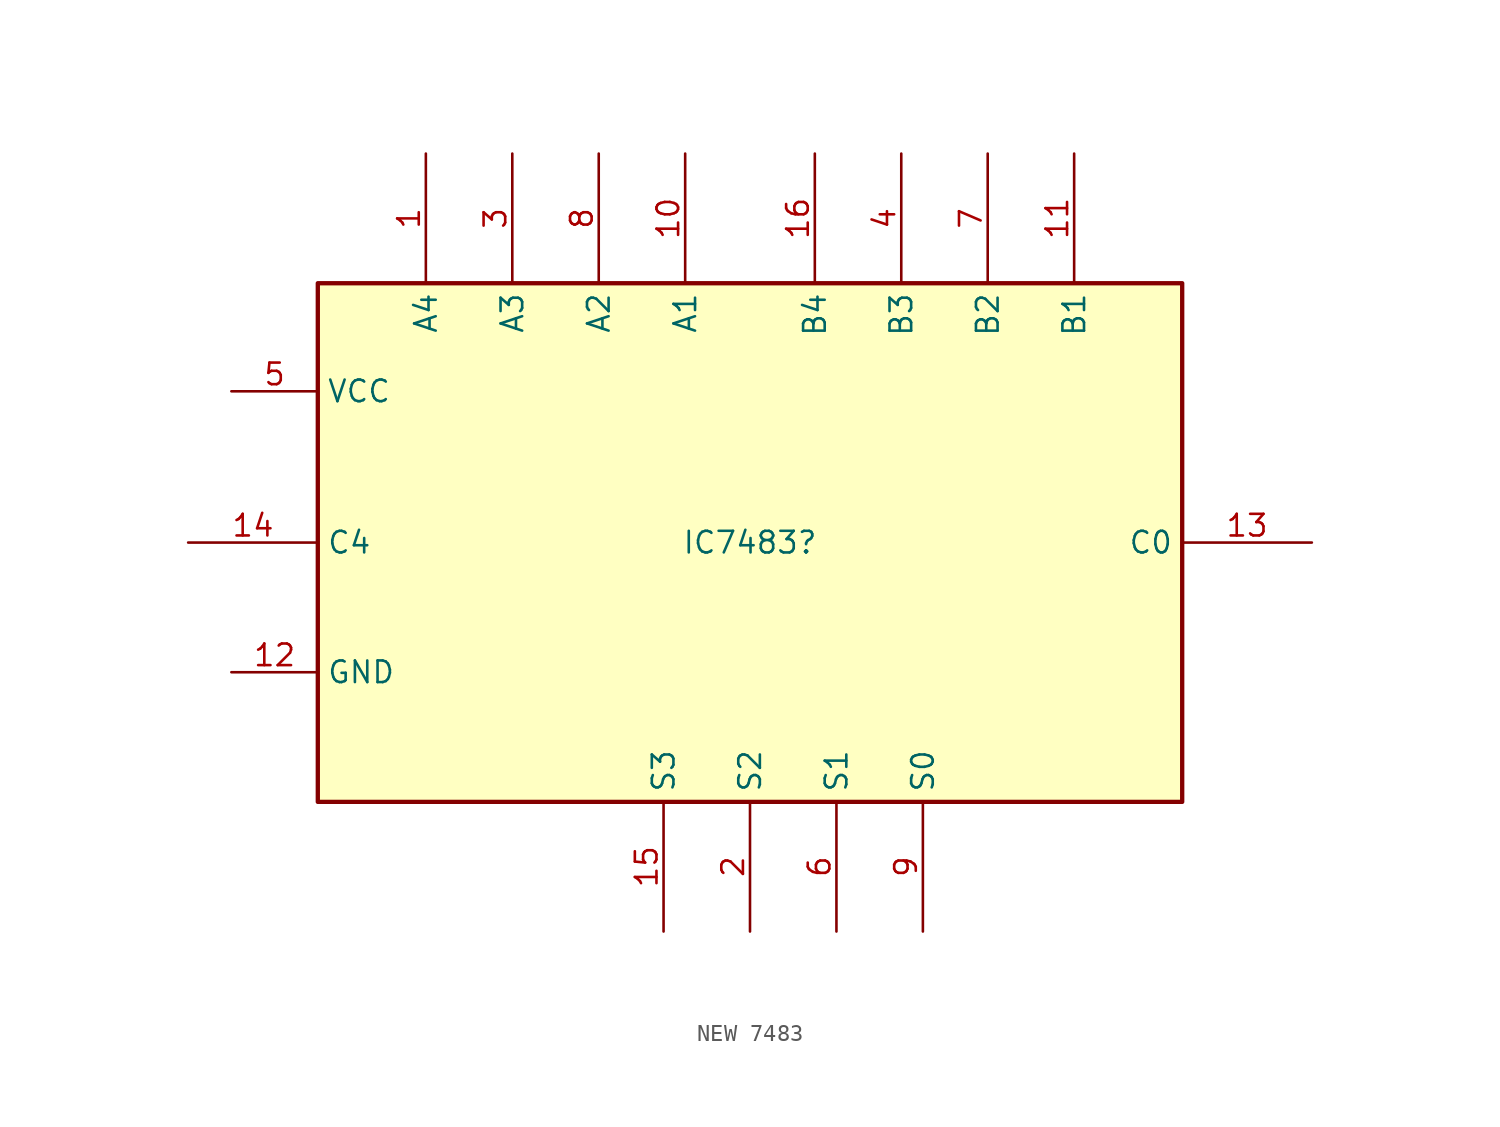
<source format=kicad_sym>
(kicad_symbol_lib
  (version 20241209)
  (generator "kicad_symbol_editor")
  (generator_version "9.0")
  (symbol "NEW 7483"
    (property "Reference" "IC7483"
      (at 0 0 0)
      (effects (font (size 1.27 1.27))))
    (property "Value" ""
      (at 0 0 0)
      (effects (font (size 1.27 1.27))))
    (symbol "NEW 7483_0_0"
      (rectangle (start 25.4 15.24) (end -25.4 -15.24) (stroke (width 0.254) (type default)) (fill (type background)))
      (pin power_in line (at -30.48 8.89 0) (length 5.08) (name "VCC" (effects (font (size 1.27 1.27)))) (number "5" (effects (font (size 1.27 1.27)))))
      (pin power_in line (at -30.48 -7.62 0) (length 5.08) (name "GND" (effects (font (size 1.27 1.27)))) (number "12" (effects (font (size 1.27 1.27))))))
    (symbol "NEW 7483_1_1"
      (pin passive line (at -33.02 0 0) (length 7.62) (name "C4" (effects (font (size 1.27 1.27)))) (number "14" (effects (font (size 1.27 1.27)))))
      (pin passive line (at -19.05 22.86 270) (length 7.62) (name "A4" (effects (font (size 1.27 1.27)))) (number "1" (effects (font (size 1.27 1.27)))))
      (pin passive line (at -13.97 22.86 270) (length 7.62) (name "A3" (effects (font (size 1.27 1.27)))) (number "3" (effects (font (size 1.27 1.27)))))
      (pin passive line (at -8.89 22.86 270) (length 7.62) (name "A2" (effects (font (size 1.27 1.27)))) (number "8" (effects (font (size 1.27 1.27)))))
      (pin passive line (at -5.08 -22.86 90) (length 7.62) (name "S3" (effects (font (size 1.27 1.27)))) (number "15" (effects (font (size 1.27 1.27)))))
      (pin passive line (at -3.81 22.86 270) (length 7.62) (name "A1" (effects (font (size 1.27 1.27)))) (number "10" (effects (font (size 1.27 1.27)))))
      (pin passive line (at 0 -22.86 90) (length 7.62) (name "S2" (effects (font (size 1.27 1.27)))) (number "2" (effects (font (size 1.27 1.27)))))
      (pin passive line (at 3.81 22.86 270) (length 7.62) (name "B4" (effects (font (size 1.27 1.27)))) (number "16" (effects (font (size 1.27 1.27)))))
      (pin passive line (at 5.08 -22.86 90) (length 7.62) (name "S1" (effects (font (size 1.27 1.27)))) (number "6" (effects (font (size 1.27 1.27)))))
      (pin passive line (at 8.89 22.86 270) (length 7.62) (name "B3" (effects (font (size 1.27 1.27)))) (number "4" (effects (font (size 1.27 1.27)))))
      (pin passive line (at 10.16 -22.86 90) (length 7.62) (name "S0" (effects (font (size 1.27 1.27)))) (number "9" (effects (font (size 1.27 1.27)))))
      (pin passive line (at 13.97 22.86 270) (length 7.62) (name "B2" (effects (font (size 1.27 1.27)))) (number "7" (effects (font (size 1.27 1.27)))))
      (pin passive line (at 19.05 22.86 270) (length 7.62) (name "B1" (effects (font (size 1.27 1.27)))) (number "11" (effects (font (size 1.27 1.27)))))
      (pin passive line (at 33.02 0 180) (length 7.62) (name "C0" (effects (font (size 1.27 1.27)))) (number "13" (effects (font (size 1.27 1.27))))))))
</source>
